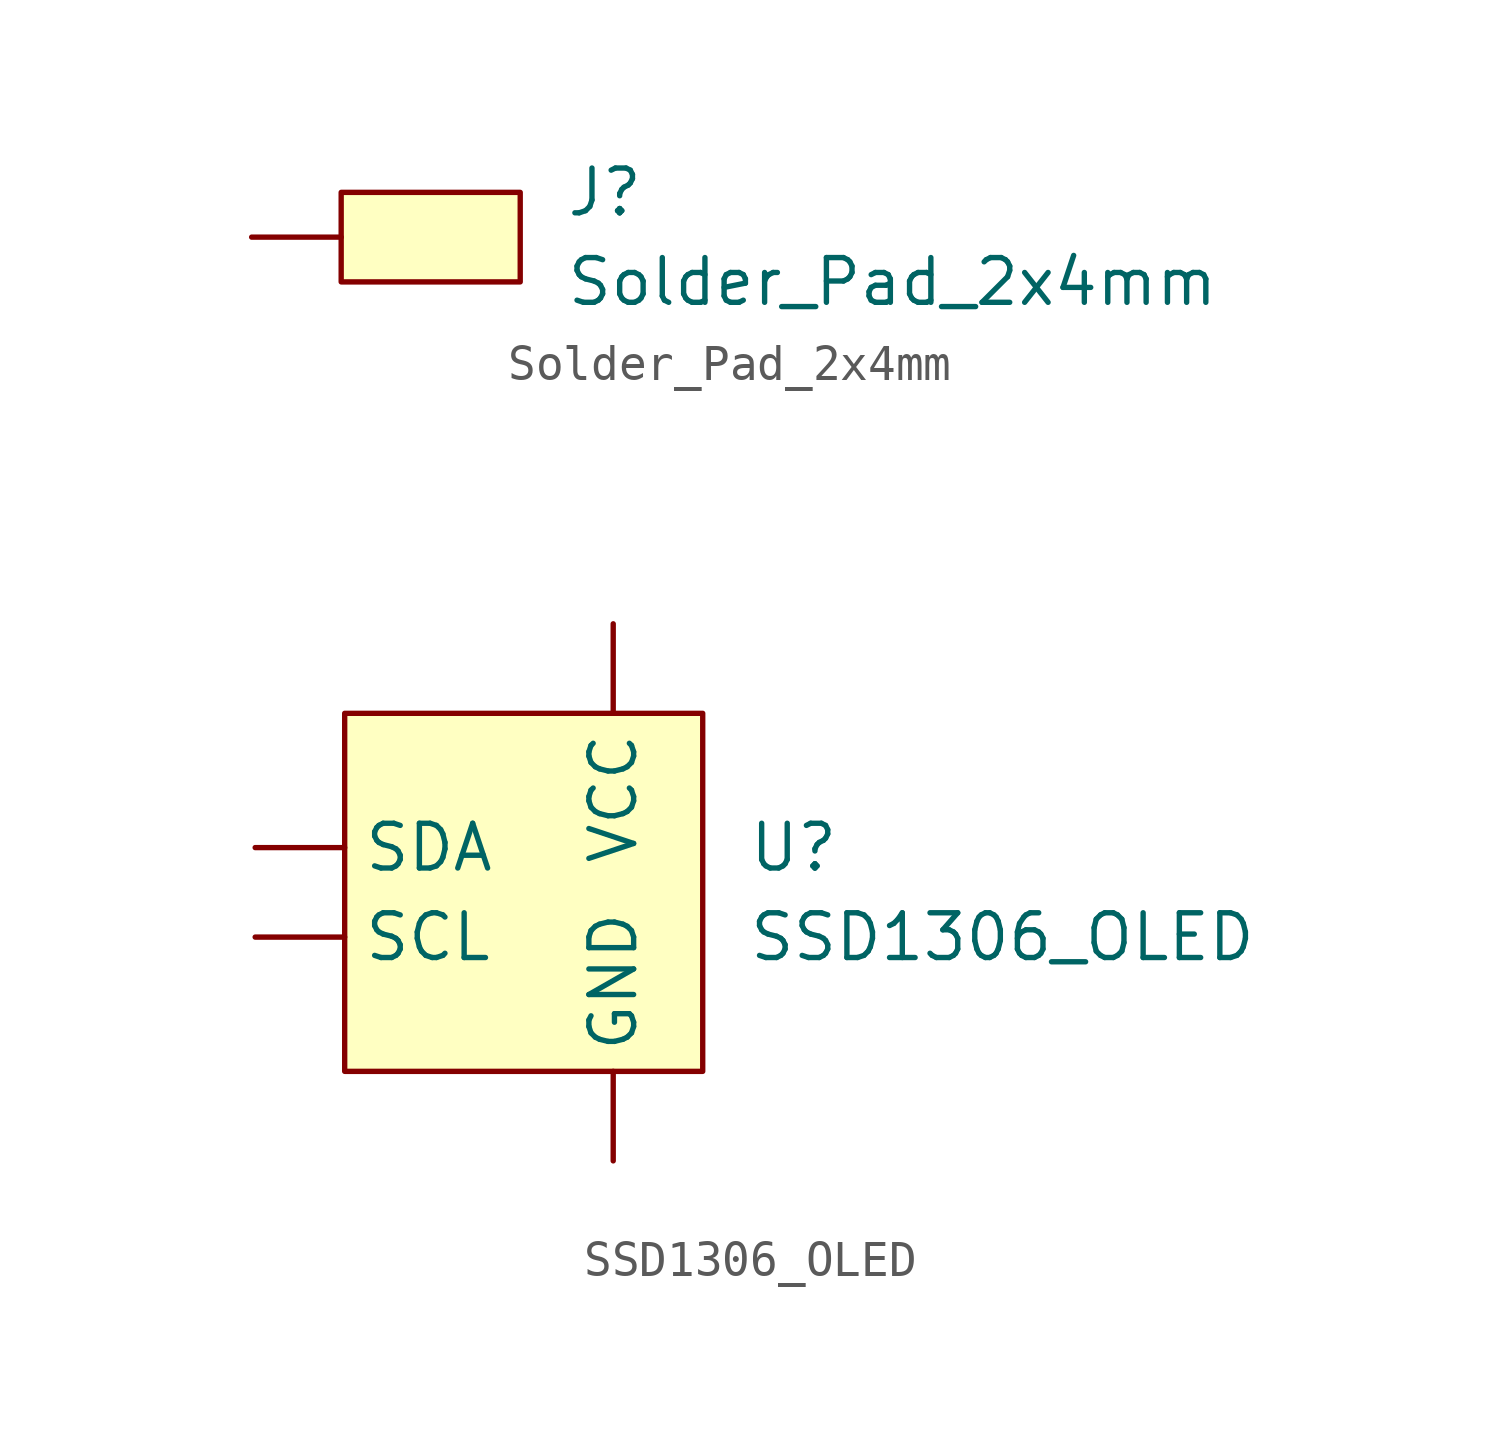
<source format=kicad_sym>
(kicad_symbol_lib
  (version 20211014)
  (generator kicad_symbol_editor)
  (symbol "Solder_Pad_2x4mm"
    (property "Reference" "J"
      (at 3.81 1.27 0)
      (effects (font (size 1.27 1.27)) (justify left)))
    (property "Value" "Solder_Pad_2x4mm"
      (at 3.81 -1.27 0)
      (effects (font (size 1.27 1.27)) (justify left)))
    (symbol "Solder_Pad_2x4mm_0_1"
      (rectangle (start -2.54 1.27) (end 2.54 -1.27) (stroke (width 0.152) (type default) (color 0 0 0 0)) (fill (type background))))
    (symbol "Solder_Pad_2x4mm_1_1"
      (pin unspecified line (at -5.08 0 0) (length 2.54) (name "" (effects (font (size 1.27 1.27)))) (number "" (effects (font (size 1.27 1.27)))))))
  (symbol "SSD1306_OLED"
    (property "Reference" "U"
      (at 6.35 1.27 0)
      (effects (font (size 1.27 1.27)) (justify left)))
    (property "Value" "SSD1306_OLED"
      (at 6.35 -1.27 0)
      (effects (font (size 1.27 1.27)) (justify left)))
    (symbol "SSD1306_OLED_0_1"
      (rectangle (start -5.08 5.08) (end 5.08 -5.08) (stroke (width 0.152) (type default) (color 0 0 0 0)) (fill (type background))))
    (symbol "SSD1306_OLED_1_1"
      (pin power_in line (at 2.54 -7.62 90) (length 2.54) (name "GND" (effects (font (size 1.27 1.27)))) (number "" (effects (font (size 1.27 1.27)))))
      (pin input line (at -7.62 -1.27 0) (length 2.54) (name "SCL" (effects (font (size 1.27 1.27)))) (number "" (effects (font (size 1.27 1.27)))))
      (pin bidirectional line (at -7.62 1.27 0) (length 2.54) (name "SDA" (effects (font (size 1.27 1.27)))) (number "" (effects (font (size 1.27 1.27)))))
      (pin power_in line (at 2.54 7.62 270) (length 2.54) (name "VCC" (effects (font (size 1.27 1.27)))) (number "" (effects (font (size 1.27 1.27))))))))
</source>
